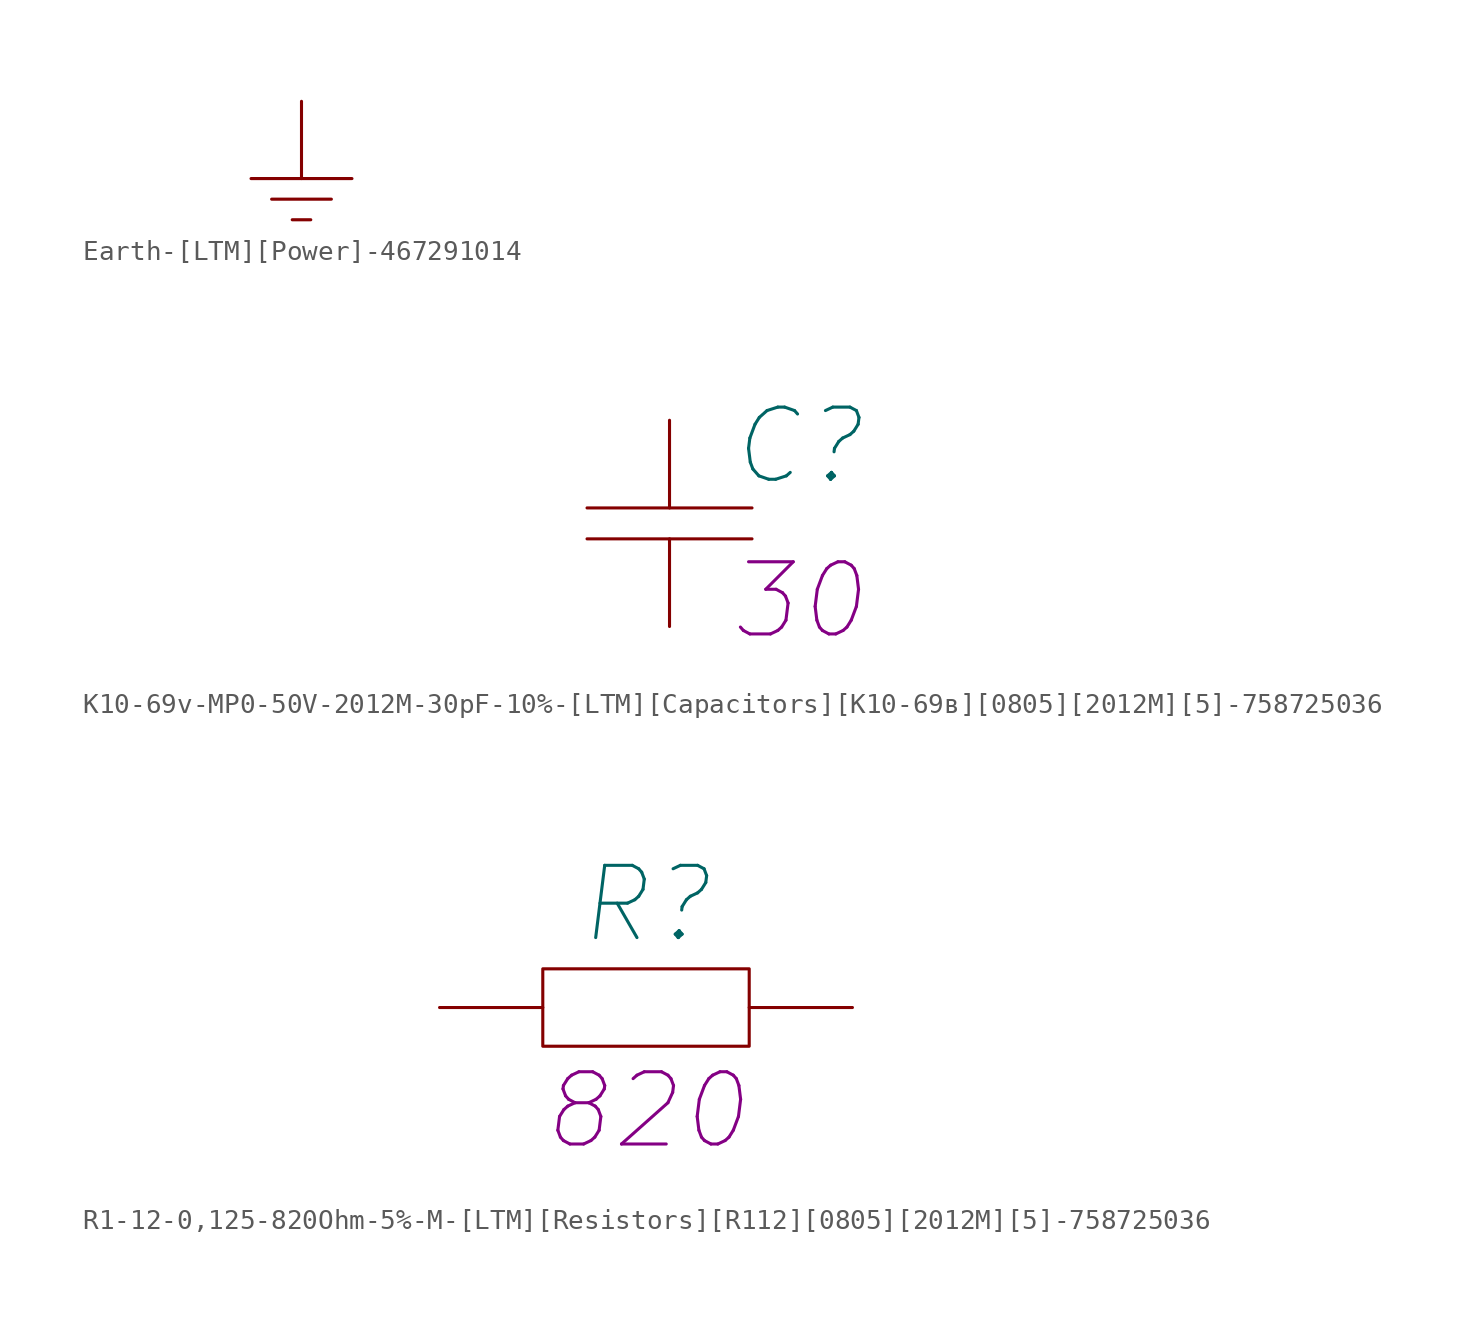
<source format=kicad_sym>
(kicad_symbol_lib
  (version 20210619)
  (generator kicad_symbol_editor)
  (symbol "Earth-[LTM][Power]-467291014"
    (power)
    (pin_numbers hide)
    (pin_names
      (offset 0) hide)
    (property "Reference" "#PWR"
      (at 0 1.27 0)
      (effects (font (size 1.524 1.524)) hide))
    (property "Footprint" ""
      (at 0 0 0)
      (effects (font (size 1.524 1.524))))
    (symbol "Earth-[LTM][Power]-467291014_0_1"
      (polyline (pts (xy -2.489 -3.81) (xy 2.489 -3.81)) (stroke (width 0)) (fill (type none)))
      (polyline (pts (xy -1.473 -4.826) (xy 1.473 -4.826)) (stroke (width 0)) (fill (type none)))
      (polyline (pts (xy -0.457 -5.842) (xy 0.457 -5.842)) (stroke (width 0)) (fill (type none)))
      (polyline (pts (xy 0 0) (xy 0 -3.81)) (stroke (width 0)) (fill (type none))))
    (symbol "Earth-[LTM][Power]-467291014_1_1"
      (pin power_in line (at 0 0 270) (length 0) hide (name "Earth" (effects (font (size 1.27 1.27)))) (number "1" (effects (font (size 1.27 1.27)))))))
  (symbol "K10-69v-MP0-50V-2012M-30pF-10%-[LTM][Capacitors][К10-69в][0805][2012M][5]-758725036"
    (pin_numbers hide)
    (pin_names
      (offset 0) hide)
    (property "Reference" "C"
      (at 6.35 3.81 0)
      (effects (font (size 3.556 3.556) italic)))
    (property "ValueName" "30"
      (at 6.35 -3.81 0)
      (effects (font (size 3.556 3.556) italic)))
    (symbol "K10-69v-MP0-50V-2012M-30pF-10%-[LTM][Capacitors][К10-69в][0805][2012M][5]-758725036_0_1"
      (polyline (pts (xy -4.064 -0.762) (xy 4.064 -0.762)) (stroke (width 0)) (fill (type none)))
      (polyline (pts (xy -4.064 0.762) (xy 4.064 0.762)) (stroke (width 0)) (fill (type none))))
    (symbol "K10-69v-MP0-50V-2012M-30pF-10%-[LTM][Capacitors][К10-69в][0805][2012M][5]-758725036_1_1"
      (pin passive line (at 0 -5.08 90) (length 4.318) (name "~" (effects (font (size 2.54 2.54)))) (number "1" (effects (font (size 2.54 2.54)))))
      (pin passive line (at 0 5.08 270) (length 4.318) (name "~" (effects (font (size 2.54 2.54)))) (number "2" (effects (font (size 2.54 2.54)))))))
  (symbol "R1-12-0,125-820Ohm-5%-M-[LTM][Resistors][R112][0805][2012M][5]-758725036"
    (pin_numbers hide)
    (pin_names
      (offset 0) hide)
    (property "Reference" "R"
      (at 0 5.08 0)
      (effects (font (size 3.556 3.556) italic)))
    (property "ValueName" "820"
      (at 0 -5.08 0)
      (effects (font (size 3.556 3.556) italic)))
    (symbol "R1-12-0,125-820Ohm-5%-M-[LTM][Resistors][R112][0805][2012M][5]-758725036_0_1"
      (rectangle (start -5.08 1.905) (end 5.08 -1.905) (stroke (width 0)) (fill (type none))))
    (symbol "R1-12-0,125-820Ohm-5%-M-[LTM][Resistors][R112][0805][2012M][5]-758725036_1_1"
      (pin passive line (at -10.16 0 0) (length 5.08) (name "~" (effects (font (size 2.54 2.54)))) (number "1" (effects (font (size 2.54 2.54)))))
      (pin passive line (at 10.16 0 180) (length 5.08) (name "~" (effects (font (size 2.54 2.54)))) (number "2" (effects (font (size 2.54 2.54))))))))
</source>
